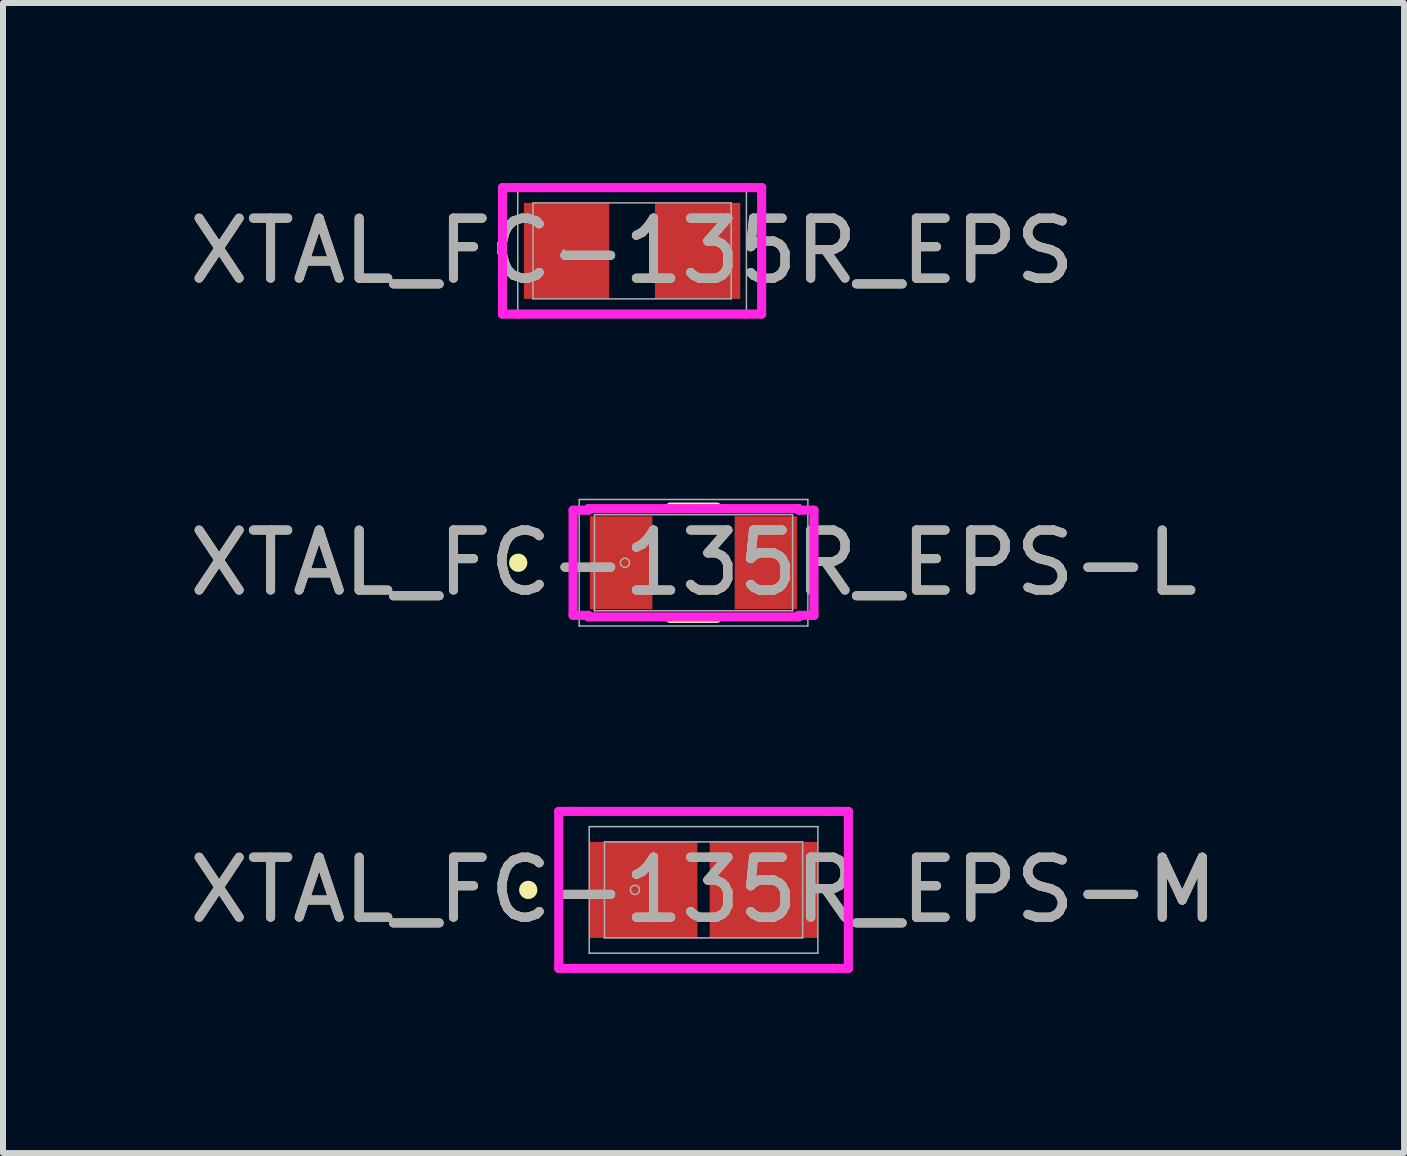
<source format=kicad_pcb>
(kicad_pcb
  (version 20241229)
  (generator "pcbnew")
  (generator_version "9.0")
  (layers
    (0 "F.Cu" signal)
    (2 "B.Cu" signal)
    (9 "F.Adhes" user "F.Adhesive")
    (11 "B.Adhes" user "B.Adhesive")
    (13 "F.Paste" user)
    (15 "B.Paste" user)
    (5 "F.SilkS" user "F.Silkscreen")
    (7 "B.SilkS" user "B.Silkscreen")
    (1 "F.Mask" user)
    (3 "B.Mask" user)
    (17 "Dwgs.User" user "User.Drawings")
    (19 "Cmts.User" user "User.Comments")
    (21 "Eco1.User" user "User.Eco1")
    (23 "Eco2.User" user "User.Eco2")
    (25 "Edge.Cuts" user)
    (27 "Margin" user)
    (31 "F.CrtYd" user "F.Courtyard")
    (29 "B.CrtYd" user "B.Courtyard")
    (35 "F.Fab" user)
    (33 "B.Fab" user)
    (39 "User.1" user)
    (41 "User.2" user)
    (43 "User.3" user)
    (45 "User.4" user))
  (footprint "XTAL_FC-135R_EPS"
    (layer "F.Cu")
    (at 7.482 1.13)
    (property "Reference" "XTAL_FC-135R_EPS" (at 0 0 0) (unlocked yes) (layer "F.SilkS") (effects (font (size 1 1) (thickness 0.15))))
    (attr smd)
    (fp_line (start -2.159 -1.054) (end -1.905 -1.054) (stroke (width 0.152) (type solid)) (layer "F.CrtYd"))
    (fp_line (start -2.159 1.054) (end -2.159 -1.054) (stroke (width 0.152) (type solid)) (layer "F.CrtYd"))
    (fp_line (start -1.905 -1.054) (end -1.905 -1.054) (stroke (width 0.152) (type solid)) (layer "F.CrtYd"))
    (fp_line (start -1.905 -1.054) (end 1.905 -1.054) (stroke (width 0.152) (type solid)) (layer "F.CrtYd"))
    (fp_line (start -1.905 1.054) (end -2.159 1.054) (stroke (width 0.152) (type solid)) (layer "F.CrtYd"))
    (fp_line (start -1.905 1.054) (end -1.905 1.054) (stroke (width 0.152) (type solid)) (layer "F.CrtYd"))
    (fp_line (start 1.905 -1.054) (end 1.905 -1.054) (stroke (width 0.152) (type solid)) (layer "F.CrtYd"))
    (fp_line (start 1.905 -1.054) (end 2.159 -1.054) (stroke (width 0.152) (type solid)) (layer "F.CrtYd"))
    (fp_line (start 1.905 1.054) (end -1.905 1.054) (stroke (width 0.152) (type solid)) (layer "F.CrtYd"))
    (fp_line (start 1.905 1.054) (end 1.905 1.054) (stroke (width 0.152) (type solid)) (layer "F.CrtYd"))
    (fp_line (start 2.159 -1.054) (end 2.159 1.054) (stroke (width 0.152) (type solid)) (layer "F.CrtYd"))
    (fp_line (start 2.159 1.054) (end 1.905 1.054) (stroke (width 0.152) (type solid)) (layer "F.CrtYd"))
    (fp_line (start -1.905 -1.054) (end 1.905 -1.054) (stroke (width 0.025) (type solid)) (layer "F.Fab"))
    (fp_line (start -1.905 1.054) (end -1.905 -1.054) (stroke (width 0.025) (type solid)) (layer "F.Fab"))
    (fp_line (start -1.651 -0.8) (end -1.651 0.8) (stroke (width 0.025) (type solid)) (layer "F.Fab"))
    (fp_line (start -1.651 0.8) (end 1.651 0.8) (stroke (width 0.025) (type solid)) (layer "F.Fab"))
    (fp_line (start 1.651 -0.8) (end -1.651 -0.8) (stroke (width 0.025) (type solid)) (layer "F.Fab"))
    (fp_line (start 1.651 0.8) (end 1.651 -0.8) (stroke (width 0.025) (type solid)) (layer "F.Fab"))
    (fp_line (start 1.905 -1.054) (end 1.905 1.054) (stroke (width 0.025) (type solid)) (layer "F.Fab"))
    (fp_line (start 1.905 1.054) (end -1.905 1.054) (stroke (width 0.025) (type solid)) (layer "F.Fab"))
    (fp_circle (center -1.143 0) (end -1.143 0) (stroke (width 0.025) (type solid)) (fill no) (layer "F.Fab"))
    (fp_text user "${REFERENCE}" (at 0 0 0) (unlocked yes) (layer "F.Fab") (effects (font (size 1 1) (thickness 0.15))))
    (pad "1" smd rect (at -1.092 0 90) (size 1.6 1.422) (layers "F.Cu" "F.Mask" "F.Paste"))
    (pad "2" smd rect (at 1.092 0 90) (size 1.6 1.422) (layers "F.Cu" "F.Mask" "F.Paste"))
    (zone (net_name "") (layer "F.Cu") (hatch full 0.508) (connect_pads) (min_thickness 0.254) (filled_areas_thickness no) (keepout (tracks not_allowed) (vias not_allowed) (pads allowed) (copperpour not_allowed) (footprints allowed)) (placement (enabled no)) (fill) (polygon (pts (xy 7.152 0.279) (xy 7.812 0.279) (xy 7.812 1.981) (xy 7.152 1.981)))))
  (footprint "XTAL_FC-135R_EPS-L"
    (layer "F.Cu")
    (at 8.506 6.327)
    (property "Reference" "XTAL_FC-135R_EPS-L" (at 0 0 0) (unlocked yes) (layer "F.SilkS") (effects (font (size 1 1) (thickness 0.15))))
    (attr smd)
    (fp_line (start -0.39 0.927) (end 0.39 0.927) (stroke (width 0.152) (type solid)) (layer "F.SilkS"))
    (fp_line (start 0.39 -0.927) (end -0.39 -0.927) (stroke (width 0.152) (type solid)) (layer "F.SilkS"))
    (fp_circle (center -2.921 0) (end -2.845 0) (stroke (width 0.152) (type solid)) (fill no) (layer "F.SilkS"))
    (fp_line (start -2.007 -0.876) (end -1.753 -0.876) (stroke (width 0.152) (type solid)) (layer "F.CrtYd"))
    (fp_line (start -2.007 0.876) (end -2.007 -0.876) (stroke (width 0.152) (type solid)) (layer "F.CrtYd"))
    (fp_line (start -1.753 -0.902) (end 1.753 -0.902) (stroke (width 0.152) (type solid)) (layer "F.CrtYd"))
    (fp_line (start -1.753 -0.876) (end -1.753 -0.902) (stroke (width 0.152) (type solid)) (layer "F.CrtYd"))
    (fp_line (start -1.753 0.876) (end -2.007 0.876) (stroke (width 0.152) (type solid)) (layer "F.CrtYd"))
    (fp_line (start -1.753 0.902) (end -1.753 0.876) (stroke (width 0.152) (type solid)) (layer "F.CrtYd"))
    (fp_line (start 1.753 -0.902) (end 1.753 -0.876) (stroke (width 0.152) (type solid)) (layer "F.CrtYd"))
    (fp_line (start 1.753 -0.876) (end 2.007 -0.876) (stroke (width 0.152) (type solid)) (layer "F.CrtYd"))
    (fp_line (start 1.753 0.876) (end 1.753 0.902) (stroke (width 0.152) (type solid)) (layer "F.CrtYd"))
    (fp_line (start 1.753 0.902) (end -1.753 0.902) (stroke (width 0.152) (type solid)) (layer "F.CrtYd"))
    (fp_line (start 2.007 -0.876) (end 2.007 0.876) (stroke (width 0.152) (type solid)) (layer "F.CrtYd"))
    (fp_line (start 2.007 0.876) (end 1.753 0.876) (stroke (width 0.152) (type solid)) (layer "F.CrtYd"))
    (fp_line (start -1.905 -1.054) (end 1.905 -1.054) (stroke (width 0.025) (type solid)) (layer "F.Fab"))
    (fp_line (start -1.905 1.054) (end -1.905 -1.054) (stroke (width 0.025) (type solid)) (layer "F.Fab"))
    (fp_line (start -1.651 -0.8) (end -1.651 0.8) (stroke (width 0.025) (type solid)) (layer "F.Fab"))
    (fp_line (start -1.651 0.8) (end 1.651 0.8) (stroke (width 0.025) (type solid)) (layer "F.Fab"))
    (fp_line (start 1.651 -0.8) (end -1.651 -0.8) (stroke (width 0.025) (type solid)) (layer "F.Fab"))
    (fp_line (start 1.651 0.8) (end 1.651 -0.8) (stroke (width 0.025) (type solid)) (layer "F.Fab"))
    (fp_line (start 1.905 -1.054) (end 1.905 1.054) (stroke (width 0.025) (type solid)) (layer "F.Fab"))
    (fp_line (start 1.905 1.054) (end -1.905 1.054) (stroke (width 0.025) (type solid)) (layer "F.Fab"))
    (fp_circle (center -1.143 0) (end -1.067 0) (stroke (width 0.025) (type solid)) (fill no) (layer "F.Fab"))
    (fp_text user "${REFERENCE}" (at 0 0 0) (unlocked yes) (layer "F.Fab") (effects (font (size 1 1) (thickness 0.15))))
    (pad "1" smd rect (at -1.206 0 90) (size 1.549 1.041) (layers "F.Cu" "F.Mask" "F.Paste"))
    (pad "2" smd rect (at 1.206 0 90) (size 1.549 1.041) (layers "F.Cu" "F.Mask" "F.Paste"))
    (zone (net_name "") (layer "F.Cu") (hatch full 0.508) (connect_pads) (min_thickness 0.254) (filled_areas_thickness no) (keepout (tracks not_allowed) (vias not_allowed) (pads allowed) (copperpour not_allowed) (footprints allowed)) (placement (enabled no)) (fill) (polygon (pts (xy 7.871 5.476) (xy 9.141 5.476) (xy 9.141 7.178) (xy 7.871 7.178)))))
  (footprint "XTAL_FC-135R_EPS-M"
    (layer "F.Cu")
    (at 8.673 11.778)
    (property "Reference" "XTAL_FC-135R_EPS-M" (at 0 0 0) (unlocked yes) (layer "F.SilkS") (effects (font (size 1 1) (thickness 0.15))))
    (attr smd)
    (fp_circle (center -2.921 0) (end -2.845 0) (stroke (width 0.152) (type solid)) (fill no) (layer "F.SilkS"))
    (fp_line (start -2.413 -1.308) (end -2.159 -1.308) (stroke (width 0.152) (type solid)) (layer "F.CrtYd"))
    (fp_line (start -2.413 1.308) (end -2.413 -1.308) (stroke (width 0.152) (type solid)) (layer "F.CrtYd"))
    (fp_line (start -2.159 -1.308) (end -2.159 -1.308) (stroke (width 0.152) (type solid)) (layer "F.CrtYd"))
    (fp_line (start -2.159 -1.308) (end 2.159 -1.308) (stroke (width 0.152) (type solid)) (layer "F.CrtYd"))
    (fp_line (start -2.159 1.308) (end -2.413 1.308) (stroke (width 0.152) (type solid)) (layer "F.CrtYd"))
    (fp_line (start -2.159 1.308) (end -2.159 1.308) (stroke (width 0.152) (type solid)) (layer "F.CrtYd"))
    (fp_line (start 2.159 -1.308) (end 2.159 -1.308) (stroke (width 0.152) (type solid)) (layer "F.CrtYd"))
    (fp_line (start 2.159 -1.308) (end 2.413 -1.308) (stroke (width 0.152) (type solid)) (layer "F.CrtYd"))
    (fp_line (start 2.159 1.308) (end -2.159 1.308) (stroke (width 0.152) (type solid)) (layer "F.CrtYd"))
    (fp_line (start 2.159 1.308) (end 2.159 1.308) (stroke (width 0.152) (type solid)) (layer "F.CrtYd"))
    (fp_line (start 2.413 -1.308) (end 2.413 1.308) (stroke (width 0.152) (type solid)) (layer "F.CrtYd"))
    (fp_line (start 2.413 1.308) (end 2.159 1.308) (stroke (width 0.152) (type solid)) (layer "F.CrtYd"))
    (fp_line (start -1.905 -1.054) (end 1.905 -1.054) (stroke (width 0.025) (type solid)) (layer "F.Fab"))
    (fp_line (start -1.905 1.054) (end -1.905 -1.054) (stroke (width 0.025) (type solid)) (layer "F.Fab"))
    (fp_line (start -1.651 -0.8) (end -1.651 0.8) (stroke (width 0.025) (type solid)) (layer "F.Fab"))
    (fp_line (start -1.651 0.8) (end 1.651 0.8) (stroke (width 0.025) (type solid)) (layer "F.Fab"))
    (fp_line (start 1.651 -0.8) (end -1.651 -0.8) (stroke (width 0.025) (type solid)) (layer "F.Fab"))
    (fp_line (start 1.651 0.8) (end 1.651 -0.8) (stroke (width 0.025) (type solid)) (layer "F.Fab"))
    (fp_line (start 1.905 -1.054) (end 1.905 1.054) (stroke (width 0.025) (type solid)) (layer "F.Fab"))
    (fp_line (start 1.905 1.054) (end -1.905 1.054) (stroke (width 0.025) (type solid)) (layer "F.Fab"))
    (fp_circle (center -1.143 0) (end -1.067 0) (stroke (width 0.025) (type solid)) (fill no) (layer "F.Fab"))
    (fp_text user "${REFERENCE}" (at 0 0 0) (unlocked yes) (layer "F.Fab") (effects (font (size 1 1) (thickness 0.15))))
    (pad "1" smd rect (at -1.003 0 90) (size 1.6 1.803) (layers "F.Cu" "F.Mask" "F.Paste"))
    (pad "2" smd rect (at 1.003 0 90) (size 1.6 1.803) (layers "F.Cu" "F.Mask" "F.Paste"))
    (zone (net_name "") (layer "F.Cu") (hatch full 0.508) (connect_pads) (min_thickness 0.254) (filled_areas_thickness no) (keepout (tracks not_allowed) (vias not_allowed) (pads allowed) (copperpour not_allowed) (footprints allowed)) (placement (enabled no)) (fill) (polygon (pts (xy 8.622 10.928) (xy 8.723 10.928) (xy 8.723 12.629) (xy 8.622 12.629)))))
  (gr_rect
    (start -3 -3)
    (end 20.345 16.163)
    (stroke (width 0.1) (type default))
    (fill no)
    (layer "Edge.Cuts")))
</source>
